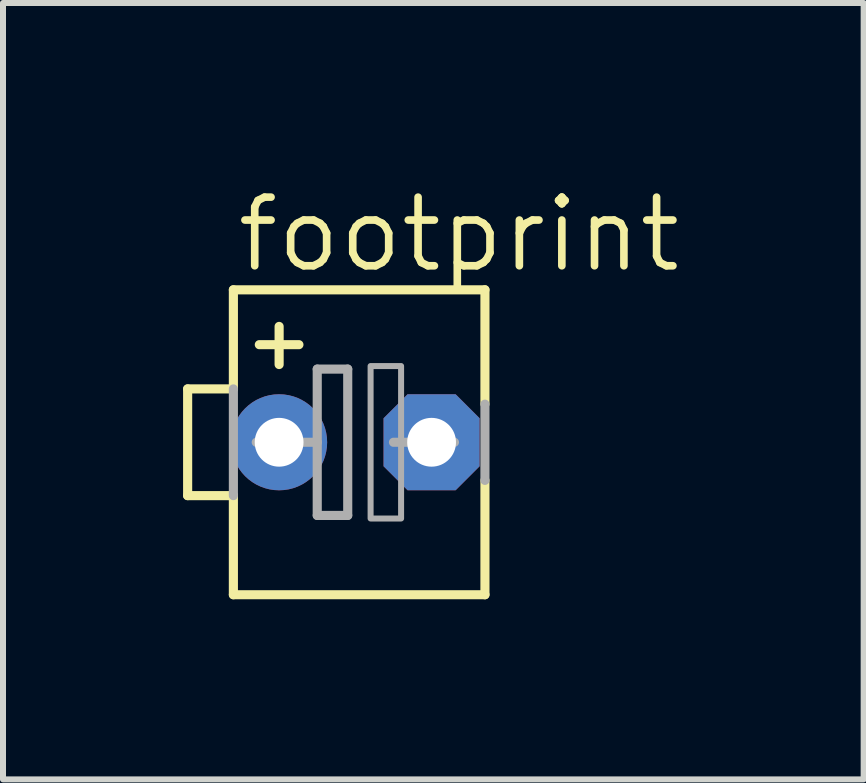
<source format=kicad_pcb>
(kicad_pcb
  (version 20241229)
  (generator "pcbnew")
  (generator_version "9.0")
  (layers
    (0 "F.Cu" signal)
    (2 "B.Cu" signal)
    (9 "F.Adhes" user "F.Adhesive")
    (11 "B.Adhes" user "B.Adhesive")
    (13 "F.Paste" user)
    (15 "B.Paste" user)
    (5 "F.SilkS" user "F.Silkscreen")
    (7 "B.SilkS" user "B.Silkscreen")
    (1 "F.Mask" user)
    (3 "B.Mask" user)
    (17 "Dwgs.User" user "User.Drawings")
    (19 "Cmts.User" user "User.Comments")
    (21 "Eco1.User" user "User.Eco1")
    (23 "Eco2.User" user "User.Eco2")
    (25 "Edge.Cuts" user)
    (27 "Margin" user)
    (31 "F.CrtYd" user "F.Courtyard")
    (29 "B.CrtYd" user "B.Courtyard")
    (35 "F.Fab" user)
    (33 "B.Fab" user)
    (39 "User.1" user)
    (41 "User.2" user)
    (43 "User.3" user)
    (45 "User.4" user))
  (footprint "footprint"
    (layer "F.Cu")
    (at 2.87 4.318)
    (property "Reference" "footprint" (at -2.032 -2.794 0) (layer "F.SilkS") (effects (font (size 1.143 1.143) (thickness 0.127)) (justify left bottom)))
    (fp_line (start -2.794 -0.889) (end -2.794 0.889) (stroke (width 0.152) (type solid)) (layer "F.SilkS"))
    (fp_line (start -2.794 0.889) (end -2.032 0.889) (stroke (width 0.152) (type solid)) (layer "F.SilkS"))
    (fp_line (start -2.032 -0.889) (end -2.794 -0.889) (stroke (width 0.152) (type solid)) (layer "F.SilkS"))
    (fp_line (start -2.032 -0.889) (end -2.032 -2.54) (stroke (width 0.152) (type solid)) (layer "F.SilkS"))
    (fp_line (start -2.032 2.54) (end -2.032 0.889) (stroke (width 0.152) (type solid)) (layer "F.SilkS"))
    (fp_line (start -2.032 2.54) (end 2.159 2.54) (stroke (width 0.152) (type solid)) (layer "F.SilkS"))
    (fp_line (start -1.27 -1.93) (end -1.27 -1.295) (stroke (width 0.152) (type solid)) (layer "F.SilkS"))
    (fp_line (start -0.94 -1.626) (end -1.6 -1.626) (stroke (width 0.152) (type solid)) (layer "F.SilkS"))
    (fp_line (start 2.159 -2.54) (end -2.032 -2.54) (stroke (width 0.152) (type solid)) (layer "F.SilkS"))
    (fp_line (start 2.159 -2.54) (end 2.159 -0.635) (stroke (width 0.152) (type solid)) (layer "F.SilkS"))
    (fp_line (start 2.159 0.635) (end 2.159 2.54) (stroke (width 0.152) (type solid)) (layer "F.SilkS"))
    (fp_line (start -2.032 0.889) (end -2.032 -0.889) (stroke (width 0.152) (type solid)) (layer "F.Fab"))
    (fp_line (start -1.651 0) (end -0.635 0) (stroke (width 0.152) (type solid)) (layer "F.Fab"))
    (fp_line (start -0.635 -1.219) (end -0.635 0) (stroke (width 0.152) (type solid)) (layer "F.Fab"))
    (fp_line (start -0.635 0) (end -0.635 1.219) (stroke (width 0.152) (type solid)) (layer "F.Fab"))
    (fp_line (start -0.635 1.219) (end -0.127 1.219) (stroke (width 0.152) (type solid)) (layer "F.Fab"))
    (fp_line (start -0.127 -1.219) (end -0.635 -1.219) (stroke (width 0.152) (type solid)) (layer "F.Fab"))
    (fp_line (start -0.127 1.219) (end -0.127 -1.219) (stroke (width 0.152) (type solid)) (layer "F.Fab"))
    (fp_line (start 0.635 0) (end 1.651 0) (stroke (width 0.152) (type solid)) (layer "F.Fab"))
    (fp_line (start 2.159 -0.635) (end 2.159 0.635) (stroke (width 0.152) (type solid)) (layer "F.Fab"))
    (fp_poly (pts (xy 0.254 1.27) (xy 0.762 1.27) (xy 0.762 -1.27) (xy 0.254 -1.27)) (stroke (width 0.1) (type solid)) (fill no) (layer "F.Fab"))
    (pad "+" thru_hole circle (at -1.27 0) (size 1.6 1.6) (drill 0.813) (layers "*.Cu" "*.Mask"))
    (pad "-" thru_hole roundrect (at 1.27 0) (size 1.6 1.6) (drill 0.813) (layers "*.Cu" "*.Mask") (roundrect_rratio 0.25) (chamfer_ratio 0.25) (chamfer top_left top_right bottom_left bottom_right)))
  (gr_rect
    (start -3 -3)
    (end 11.338 9.934)
    (stroke (width 0.1) (type default))
    (fill no)
    (layer "Edge.Cuts")))
</source>
